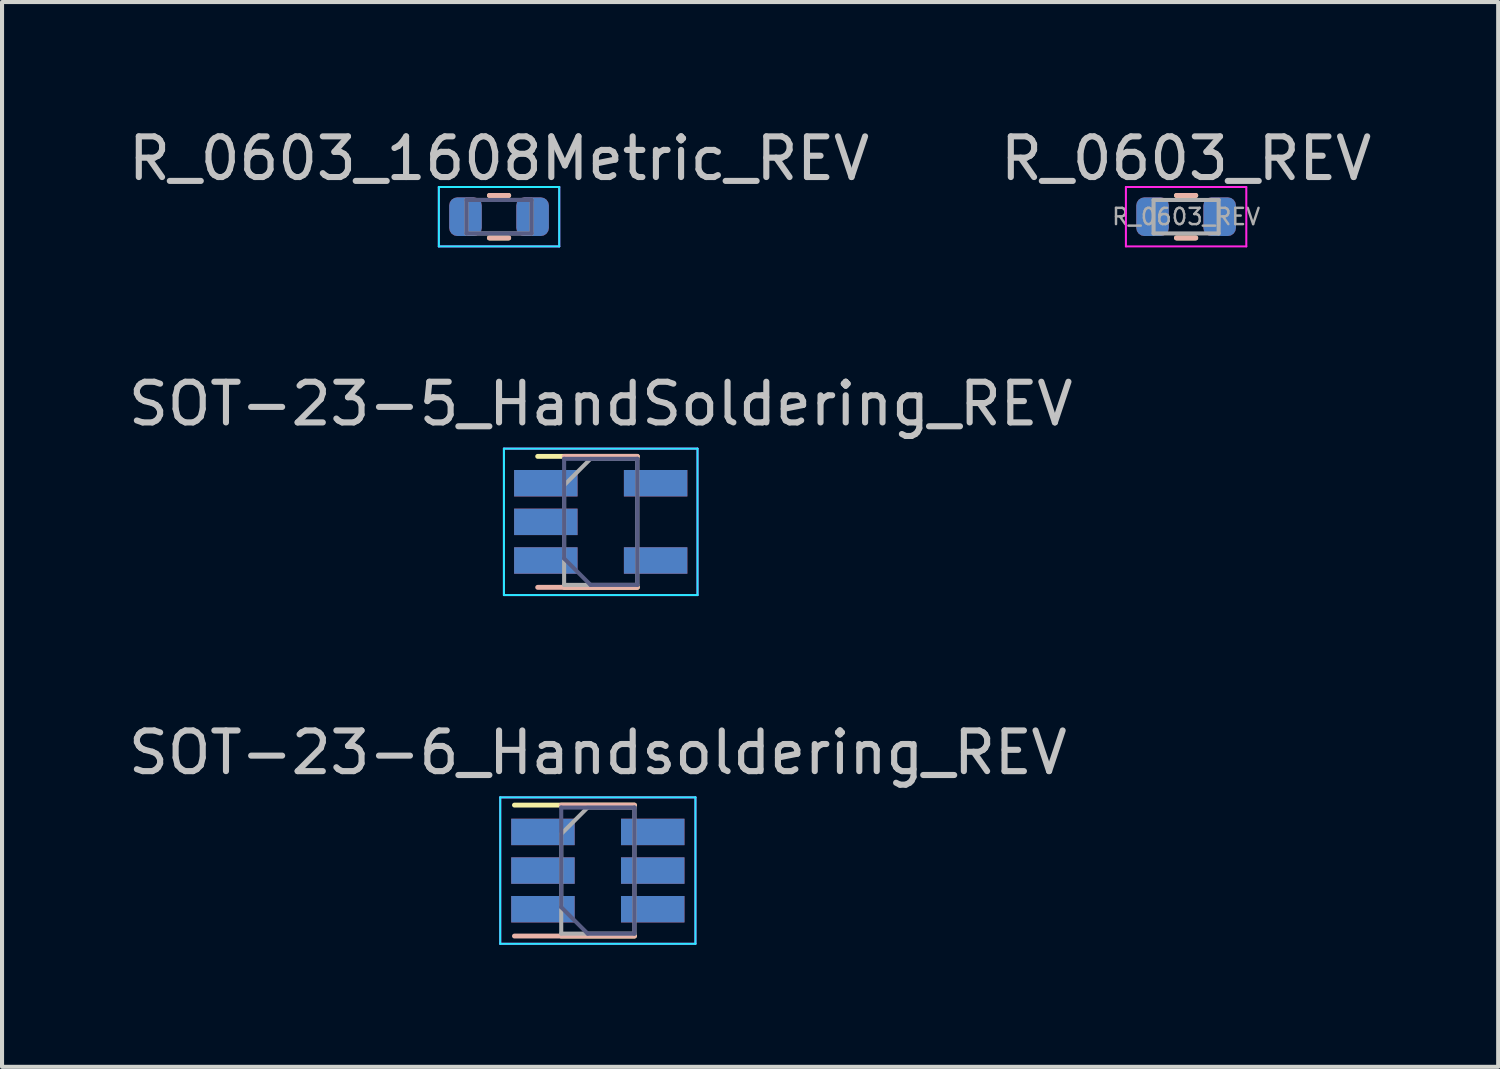
<source format=kicad_pcb>
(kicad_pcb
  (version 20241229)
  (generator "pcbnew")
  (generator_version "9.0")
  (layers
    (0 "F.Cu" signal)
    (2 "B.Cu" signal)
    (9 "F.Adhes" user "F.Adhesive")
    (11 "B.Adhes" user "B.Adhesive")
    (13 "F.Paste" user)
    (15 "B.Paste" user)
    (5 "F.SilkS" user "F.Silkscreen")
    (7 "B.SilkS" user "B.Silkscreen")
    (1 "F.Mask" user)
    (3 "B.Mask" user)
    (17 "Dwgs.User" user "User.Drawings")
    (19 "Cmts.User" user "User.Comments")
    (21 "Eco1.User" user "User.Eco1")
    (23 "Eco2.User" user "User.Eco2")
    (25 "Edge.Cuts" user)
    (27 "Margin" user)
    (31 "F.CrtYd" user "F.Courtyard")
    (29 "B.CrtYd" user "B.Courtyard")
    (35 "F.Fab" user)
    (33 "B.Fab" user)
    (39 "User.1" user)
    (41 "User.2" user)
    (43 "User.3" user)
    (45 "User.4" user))
  (footprint "R_0603_1608Metric_REV"
    (layer "F.Cu")
    (at 9.22 2.278)
    (property "Reference" "R_0603_1608Metric_REV" (at 0 -1.43 0) (layer "Dwgs.User") (effects (font (size 1 1) (thickness 0.15))))
    (attr smd)
    (fp_line (start -0.237 -0.522) (end 0.237 -0.522) (stroke (width 0.12) (type solid)) (layer "F.SilkS"))
    (fp_line (start -0.237 0.522) (end 0.237 0.522) (stroke (width 0.12) (type solid)) (layer "F.SilkS"))
    (fp_line (start -0.237 -0.522) (end 0.237 -0.522) (stroke (width 0.12) (type solid)) (layer "B.SilkS"))
    (fp_line (start -0.237 0.522) (end 0.237 0.522) (stroke (width 0.12) (type solid)) (layer "B.SilkS"))
    (fp_line (start -1.48 -0.73) (end -1.48 0.73) (stroke (width 0.05) (type solid)) (layer "B.CrtYd"))
    (fp_line (start -1.48 0.73) (end 1.48 0.73) (stroke (width 0.05) (type solid)) (layer "B.CrtYd"))
    (fp_line (start 1.48 -0.73) (end -1.48 -0.73) (stroke (width 0.05) (type solid)) (layer "B.CrtYd"))
    (fp_line (start 1.48 0.73) (end 1.48 -0.73) (stroke (width 0.05) (type solid)) (layer "B.CrtYd"))
    (fp_line (start -1.48 -0.73) (end 1.48 -0.73) (stroke (width 0.05) (type solid)) (layer "F.CrtYd"))
    (fp_line (start -1.48 0.73) (end -1.48 -0.73) (stroke (width 0.05) (type solid)) (layer "F.CrtYd"))
    (fp_line (start 1.48 -0.73) (end 1.48 0.73) (stroke (width 0.05) (type solid)) (layer "F.CrtYd"))
    (fp_line (start 1.48 0.73) (end -1.48 0.73) (stroke (width 0.05) (type solid)) (layer "F.CrtYd"))
    (fp_line (start -0.8 -0.412) (end -0.8 0.412) (stroke (width 0.1) (type solid)) (layer "B.Fab"))
    (fp_line (start -0.8 0.412) (end 0.8 0.412) (stroke (width 0.1) (type solid)) (layer "B.Fab"))
    (fp_line (start 0.8 -0.412) (end -0.8 -0.412) (stroke (width 0.1) (type solid)) (layer "B.Fab"))
    (fp_line (start 0.8 0.412) (end 0.8 -0.412) (stroke (width 0.1) (type solid)) (layer "B.Fab"))
    (fp_line (start -0.8 -0.412) (end 0.8 -0.412) (stroke (width 0.1) (type solid)) (layer "F.Fab"))
    (fp_line (start -0.8 0.412) (end -0.8 -0.412) (stroke (width 0.1) (type solid)) (layer "F.Fab"))
    (fp_line (start 0.8 -0.412) (end 0.8 0.412) (stroke (width 0.1) (type solid)) (layer "F.Fab"))
    (fp_line (start 0.8 0.412) (end -0.8 0.412) (stroke (width 0.1) (type solid)) (layer "F.Fab"))
    (pad "1" smd roundrect (at -0.825 0) (size 0.8 0.95) (layers "F.Cu" "F.Mask" "F.Paste") (roundrect_rratio 0.25))
    (pad "1" smd roundrect (at -0.825 0 180) (size 0.8 0.95) (layers "B.Cu" "B.Mask" "B.Paste") (roundrect_rratio 0.25))
    (pad "2" smd roundrect (at 0.825 0) (size 0.8 0.95) (layers "F.Cu" "F.Mask" "F.Paste") (roundrect_rratio 0.25))
    (pad "2" smd roundrect (at 0.825 0 180) (size 0.8 0.95) (layers "B.Cu" "B.Mask" "B.Paste") (roundrect_rratio 0.25)))
  (footprint "SOT-23-5_HandSoldering_REV"
    (layer "F.Cu")
    (at 11.72 9.781)
    (property "Reference" "SOT-23-5_HandSoldering_REV" (at 0 -2.9 0) (layer "Dwgs.User") (effects (font (size 1 1) (thickness 0.15))))
    (attr smd)
    (fp_line (start -0.9 1.61) (end 0.9 1.61) (stroke (width 0.12) (type solid)) (layer "F.SilkS"))
    (fp_line (start 0.9 -1.61) (end -1.55 -1.61) (stroke (width 0.12) (type solid)) (layer "F.SilkS"))
    (fp_line (start -0.9 -1.61) (end 0.9 -1.61) (stroke (width 0.12) (type solid)) (layer "B.SilkS"))
    (fp_line (start 0.9 1.61) (end -1.55 1.61) (stroke (width 0.12) (type solid)) (layer "B.SilkS"))
    (fp_line (start -2.38 1.8) (end -2.38 -1.8) (stroke (width 0.05) (type solid)) (layer "B.CrtYd"))
    (fp_line (start -2.38 1.8) (end 2.38 1.8) (stroke (width 0.05) (type solid)) (layer "B.CrtYd"))
    (fp_line (start 2.38 -1.8) (end -2.38 -1.8) (stroke (width 0.05) (type solid)) (layer "B.CrtYd"))
    (fp_line (start 2.38 -1.8) (end 2.38 1.8) (stroke (width 0.05) (type solid)) (layer "B.CrtYd"))
    (fp_line (start -2.38 -1.8) (end -2.38 1.8) (stroke (width 0.05) (type solid)) (layer "F.CrtYd"))
    (fp_line (start -2.38 -1.8) (end 2.38 -1.8) (stroke (width 0.05) (type solid)) (layer "F.CrtYd"))
    (fp_line (start 2.38 1.8) (end -2.38 1.8) (stroke (width 0.05) (type solid)) (layer "F.CrtYd"))
    (fp_line (start 2.38 1.8) (end 2.38 -1.8) (stroke (width 0.05) (type solid)) (layer "F.CrtYd"))
    (fp_line (start -0.9 0.9) (end -0.9 -1.55) (stroke (width 0.1) (type solid)) (layer "B.Fab"))
    (fp_line (start -0.9 0.9) (end -0.25 1.55) (stroke (width 0.1) (type solid)) (layer "B.Fab"))
    (fp_line (start 0.9 -1.55) (end -0.9 -1.55) (stroke (width 0.1) (type solid)) (layer "B.Fab"))
    (fp_line (start 0.9 1.55) (end -0.25 1.55) (stroke (width 0.1) (type solid)) (layer "B.Fab"))
    (fp_line (start 0.9 1.55) (end 0.9 -1.55) (stroke (width 0.1) (type solid)) (layer "B.Fab"))
    (fp_line (start -0.9 -0.9) (end -0.9 1.55) (stroke (width 0.1) (type solid)) (layer "F.Fab"))
    (fp_line (start -0.9 -0.9) (end -0.25 -1.55) (stroke (width 0.1) (type solid)) (layer "F.Fab"))
    (fp_line (start 0.9 -1.55) (end -0.25 -1.55) (stroke (width 0.1) (type solid)) (layer "F.Fab"))
    (fp_line (start 0.9 -1.55) (end 0.9 1.55) (stroke (width 0.1) (type solid)) (layer "F.Fab"))
    (fp_line (start 0.9 1.55) (end -0.9 1.55) (stroke (width 0.1) (type solid)) (layer "F.Fab"))
    (pad "1" smd rect (at -1.35 -0.95) (size 1.56 0.65) (layers "F.Cu" "F.Mask" "F.Paste"))
    (pad "1" smd rect (at -1.35 0.95 180) (size 1.56 0.65) (layers "B.Cu" "B.Mask" "B.Paste"))
    (pad "2" smd rect (at -1.35 0) (size 1.56 0.65) (layers "F.Cu" "F.Mask" "F.Paste"))
    (pad "2" smd rect (at -1.35 0 180) (size 1.56 0.65) (layers "B.Cu" "B.Mask" "B.Paste"))
    (pad "3" smd rect (at -1.35 -0.95 180) (size 1.56 0.65) (layers "B.Cu" "B.Mask" "B.Paste"))
    (pad "3" smd rect (at -1.35 0.95) (size 1.56 0.65) (layers "F.Cu" "F.Mask" "F.Paste"))
    (pad "4" smd rect (at 1.35 -0.95 180) (size 1.56 0.65) (layers "B.Cu" "B.Mask" "B.Paste"))
    (pad "4" smd rect (at 1.35 0.95) (size 1.56 0.65) (layers "F.Cu" "F.Mask" "F.Paste"))
    (pad "5" smd rect (at 1.35 -0.95) (size 1.56 0.65) (layers "F.Cu" "F.Mask" "F.Paste"))
    (pad "5" smd rect (at 1.35 0.95 180) (size 1.56 0.65) (layers "B.Cu" "B.Mask" "B.Paste")))
  (footprint "R_0603_REV"
    (layer "F.Cu")
    (at 26.113 2.278)
    (property "Reference" "R_0603_REV" (at 0 -1.43 0) (layer "Dwgs.User") (effects (font (size 1 1) (thickness 0.15))))
    (attr smd)
    (fp_line (start -0.237 -0.522) (end 0.237 -0.522) (stroke (width 0.12) (type solid)) (layer "F.SilkS"))
    (fp_line (start -0.237 0.522) (end 0.237 0.522) (stroke (width 0.12) (type solid)) (layer "F.SilkS"))
    (fp_line (start -0.237 -0.522) (end 0.237 -0.522) (stroke (width 0.12) (type solid)) (layer "B.SilkS"))
    (fp_line (start -0.237 0.522) (end 0.237 0.522) (stroke (width 0.12) (type solid)) (layer "B.SilkS"))
    (fp_line (start -1.48 -0.73) (end 1.48 -0.73) (stroke (width 0.05) (type solid)) (layer "F.CrtYd"))
    (fp_line (start -1.48 0.73) (end -1.48 -0.73) (stroke (width 0.05) (type solid)) (layer "F.CrtYd"))
    (fp_line (start 1.48 -0.73) (end 1.48 0.73) (stroke (width 0.05) (type solid)) (layer "F.CrtYd"))
    (fp_line (start 1.48 0.73) (end -1.48 0.73) (stroke (width 0.05) (type solid)) (layer "F.CrtYd"))
    (fp_line (start -0.8 -0.412) (end 0.8 -0.412) (stroke (width 0.1) (type solid)) (layer "F.Fab"))
    (fp_line (start -0.8 0.412) (end -0.8 -0.412) (stroke (width 0.1) (type solid)) (layer "F.Fab"))
    (fp_line (start 0.8 -0.412) (end 0.8 0.412) (stroke (width 0.1) (type solid)) (layer "F.Fab"))
    (fp_line (start 0.8 0.412) (end -0.8 0.412) (stroke (width 0.1) (type solid)) (layer "F.Fab"))
    (fp_text user "${REFERENCE}" (at 0 0 0) (layer "F.Fab") (effects (font (size 0.4 0.4) (thickness 0.06))))
    (pad "1" smd roundrect (at -0.825 0) (size 0.8 0.95) (layers "F.Cu" "F.Mask" "F.Paste") (roundrect_rratio 0.25))
    (pad "1" smd roundrect (at -0.825 0 180) (size 0.8 0.95) (layers "B.Cu" "B.Mask" "B.Paste") (roundrect_rratio 0.25))
    (pad "2" smd roundrect (at 0.825 0) (size 0.8 0.95) (layers "F.Cu" "F.Mask" "F.Paste") (roundrect_rratio 0.25))
    (pad "2" smd roundrect (at 0.825 0 180) (size 0.8 0.95) (layers "B.Cu" "B.Mask" "B.Paste") (roundrect_rratio 0.25)))
  (footprint "SOT-23-6_Handsoldering_REV"
    (layer "F.Cu")
    (at 11.649 18.355)
    (property "Reference" "SOT-23-6_Handsoldering_REV" (at 0 -2.9 0) (layer "Dwgs.User") (effects (font (size 1 1) (thickness 0.15))))
    (attr smd)
    (fp_line (start -0.9 1.61) (end 0.9 1.61) (stroke (width 0.12) (type solid)) (layer "F.SilkS"))
    (fp_line (start 0.9 -1.61) (end -2.05 -1.61) (stroke (width 0.12) (type solid)) (layer "F.SilkS"))
    (fp_line (start -0.9 -1.61) (end 0.9 -1.61) (stroke (width 0.12) (type solid)) (layer "B.SilkS"))
    (fp_line (start 0.9 1.61) (end -2.05 1.61) (stroke (width 0.12) (type solid)) (layer "B.SilkS"))
    (fp_line (start -2.4 -1.8) (end -2.4 1.8) (stroke (width 0.05) (type solid)) (layer "B.CrtYd"))
    (fp_line (start -2.4 1.8) (end 2.4 1.8) (stroke (width 0.05) (type solid)) (layer "B.CrtYd"))
    (fp_line (start 2.4 -1.8) (end -2.4 -1.8) (stroke (width 0.05) (type solid)) (layer "B.CrtYd"))
    (fp_line (start 2.4 1.8) (end 2.4 -1.8) (stroke (width 0.05) (type solid)) (layer "B.CrtYd"))
    (fp_line (start -2.4 -1.8) (end 2.4 -1.8) (stroke (width 0.05) (type solid)) (layer "F.CrtYd"))
    (fp_line (start -2.4 1.8) (end -2.4 -1.8) (stroke (width 0.05) (type solid)) (layer "F.CrtYd"))
    (fp_line (start 2.4 -1.8) (end 2.4 1.8) (stroke (width 0.05) (type solid)) (layer "F.CrtYd"))
    (fp_line (start 2.4 1.8) (end -2.4 1.8) (stroke (width 0.05) (type solid)) (layer "F.CrtYd"))
    (fp_line (start -0.9 0.9) (end -0.9 -1.55) (stroke (width 0.1) (type solid)) (layer "B.Fab"))
    (fp_line (start -0.9 0.9) (end -0.25 1.55) (stroke (width 0.1) (type solid)) (layer "B.Fab"))
    (fp_line (start 0.9 -1.55) (end -0.9 -1.55) (stroke (width 0.1) (type solid)) (layer "B.Fab"))
    (fp_line (start 0.9 1.55) (end -0.25 1.55) (stroke (width 0.1) (type solid)) (layer "B.Fab"))
    (fp_line (start 0.9 1.55) (end 0.9 -1.55) (stroke (width 0.1) (type solid)) (layer "B.Fab"))
    (fp_line (start -0.9 -0.9) (end -0.9 1.55) (stroke (width 0.1) (type solid)) (layer "F.Fab"))
    (fp_line (start -0.9 -0.9) (end -0.25 -1.55) (stroke (width 0.1) (type solid)) (layer "F.Fab"))
    (fp_line (start 0.9 -1.55) (end -0.25 -1.55) (stroke (width 0.1) (type solid)) (layer "F.Fab"))
    (fp_line (start 0.9 -1.55) (end 0.9 1.55) (stroke (width 0.1) (type solid)) (layer "F.Fab"))
    (fp_line (start 0.9 1.55) (end -0.9 1.55) (stroke (width 0.1) (type solid)) (layer "F.Fab"))
    (pad "1" smd rect (at -1.35 -0.95) (size 1.56 0.65) (layers "F.Cu" "F.Mask" "F.Paste"))
    (pad "1" smd rect (at -1.35 0.95 180) (size 1.56 0.65) (layers "B.Cu" "B.Mask" "B.Paste"))
    (pad "2" smd rect (at -1.35 0) (size 1.56 0.65) (layers "F.Cu" "F.Mask" "F.Paste"))
    (pad "2" smd rect (at -1.35 0 180) (size 1.56 0.65) (layers "B.Cu" "B.Mask" "B.Paste"))
    (pad "3" smd rect (at -1.35 -0.95 180) (size 1.56 0.65) (layers "B.Cu" "B.Mask" "B.Paste"))
    (pad "3" smd rect (at -1.35 0.95) (size 1.56 0.65) (layers "F.Cu" "F.Mask" "F.Paste"))
    (pad "4" smd rect (at 1.35 -0.95 180) (size 1.56 0.65) (layers "B.Cu" "B.Mask" "B.Paste"))
    (pad "4" smd rect (at 1.35 0.95) (size 1.56 0.65) (layers "F.Cu" "F.Mask" "F.Paste"))
    (pad "5" smd rect (at 1.35 0) (size 1.56 0.65) (layers "F.Cu" "F.Mask" "F.Paste"))
    (pad "5" smd rect (at 1.35 0 180) (size 1.56 0.65) (layers "B.Cu" "B.Mask" "B.Paste"))
    (pad "6" smd rect (at 1.35 -0.95) (size 1.56 0.65) (layers "F.Cu" "F.Mask" "F.Paste"))
    (pad "6" smd rect (at 1.35 0.95 180) (size 1.56 0.65) (layers "B.Cu" "B.Mask" "B.Paste")))
  (gr_rect
    (start -3 -3)
    (end 33.786 23.18)
    (stroke (width 0.1) (type default))
    (fill no)
    (layer "Edge.Cuts")))
</source>
